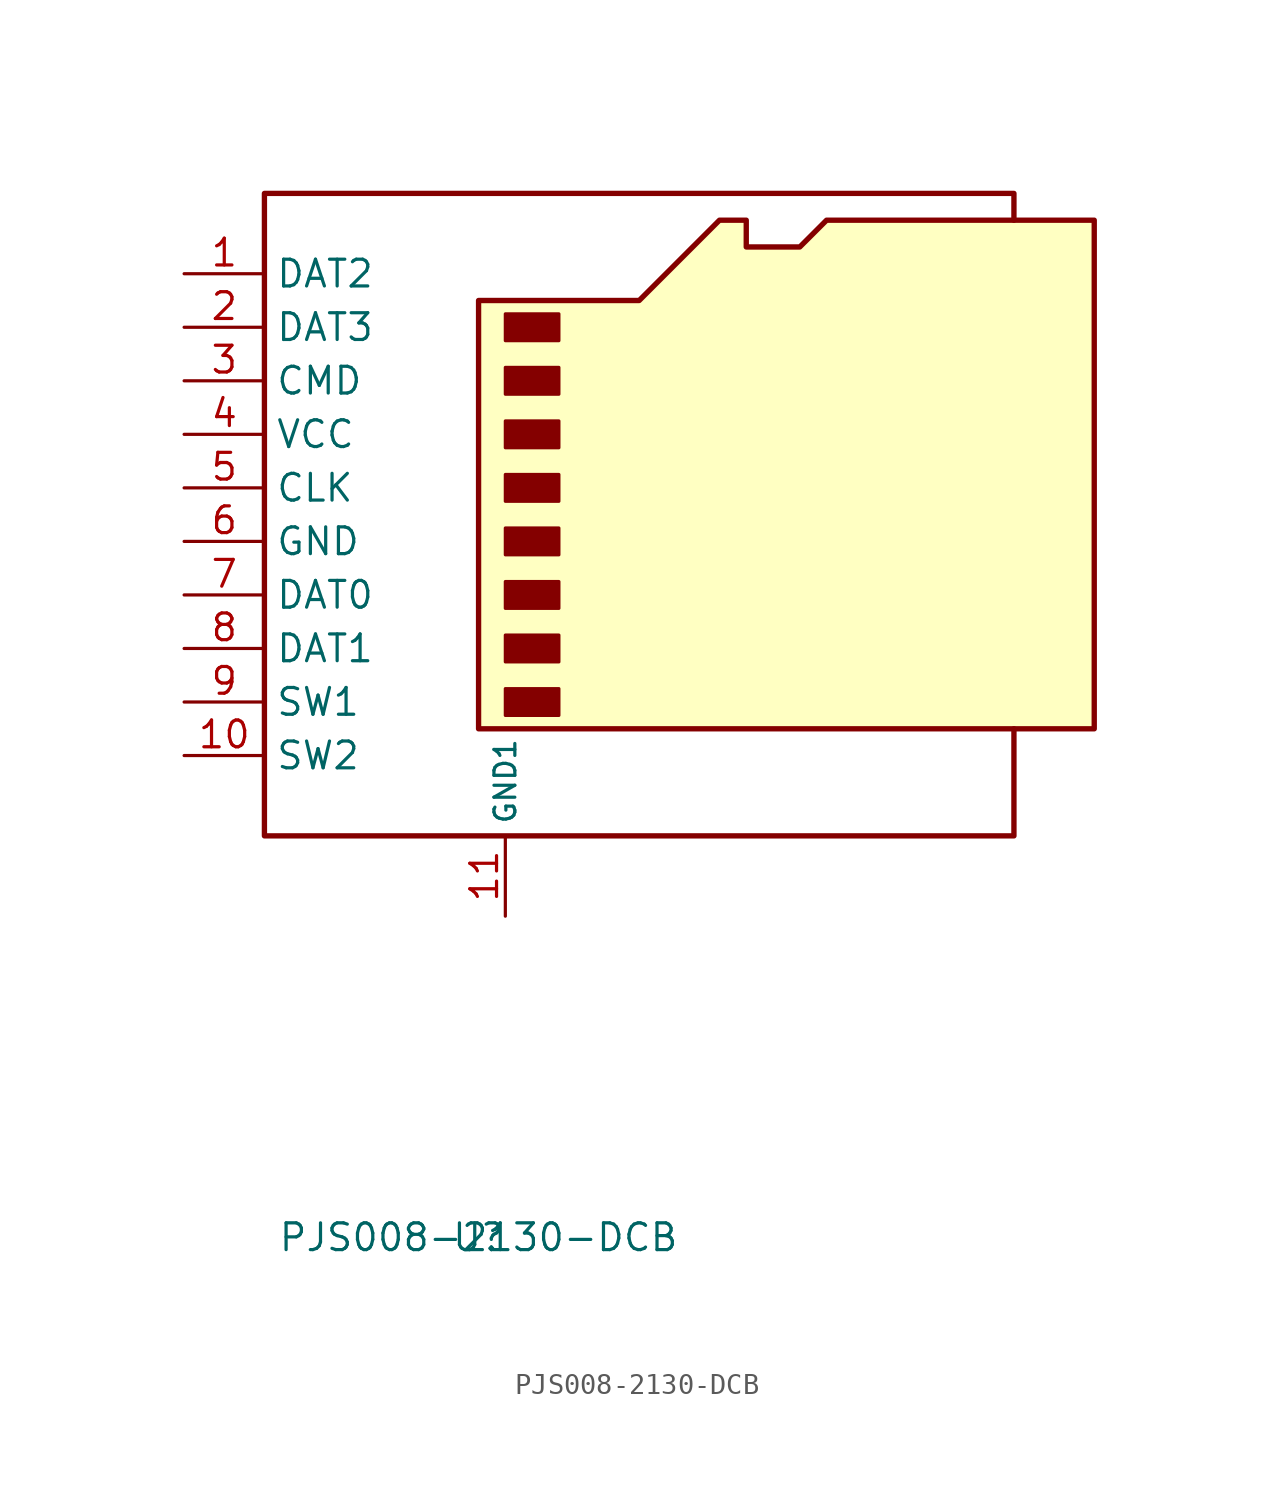
<source format=kicad_sym>
(kicad_symbol_lib
  (version 20211014)
  (generator kicad_symbol_editor)
  (symbol "PJS008-2130-DCB"
    (property "Reference" "U"
      (at -10.16 -35.56 0)
      (effects (font (size 1.27 1.27))))
    (property "Value" "PJS008-2130-DCB"
      (at -10.16 -35.56 0)
      (effects (font (size 1.27 1.27))))
    (symbol "PJS008-2130-DCB_1_1"
      (rectangle (start -8.89 -9.525) (end -6.35 -10.795) (stroke (width 0) (type default) (color 0 0 0 0)) (fill (type outline)))
      (rectangle (start -8.89 -6.985) (end -6.35 -8.255) (stroke (width 0) (type default) (color 0 0 0 0)) (fill (type outline)))
      (rectangle (start -8.89 -4.445) (end -6.35 -5.715) (stroke (width 0) (type default) (color 0 0 0 0)) (fill (type outline)))
      (rectangle (start -8.89 -1.905) (end -6.35 -3.175) (stroke (width 0) (type default) (color 0 0 0 0)) (fill (type outline)))
      (rectangle (start -8.89 0.635) (end -6.35 -0.635) (stroke (width 0) (type default) (color 0 0 0 0)) (fill (type outline)))
      (rectangle (start -8.89 3.175) (end -6.35 1.905) (stroke (width 0) (type default) (color 0 0 0 0)) (fill (type outline)))
      (rectangle (start -8.89 5.715) (end -6.35 4.445) (stroke (width 0) (type default) (color 0 0 0 0)) (fill (type outline)))
      (rectangle (start -8.89 8.255) (end -6.35 6.985) (stroke (width 0) (type default) (color 0 0 0 0)) (fill (type outline)))
      (polyline (pts (xy 15.24 12.7) (xy 15.24 13.97) (xy -20.32 13.97) (xy -20.32 -16.51) (xy 15.24 -16.51) (xy 15.24 -11.43)) (stroke (width 0.254) (type default) (color 0 0 0 0)) (fill (type none)))
      (polyline (pts (xy -10.16 -11.43) (xy -10.16 8.89) (xy -2.54 8.89) (xy 1.27 12.7) (xy 2.54 12.7) (xy 2.54 11.43) (xy 5.08 11.43) (xy 6.35 12.7) (xy 19.05 12.7) (xy 19.05 -11.43) (xy -10.16 -11.43)) (stroke (width 0.254) (type default) (color 0 0 0 0)) (fill (type background)))
      (pin bidirectional line (at -24.13 10.16 0) (length 3.81) (name "DAT2" (effects (font (size 1.27 1.27)))) (number "1" (effects (font (size 1.27 1.27)))))
      (pin input line (at -24.13 -12.7 0) (length 3.81) (name "SW2" (effects (font (size 1.27 1.27)))) (number "10" (effects (font (size 1.27 1.27)))))
      (pin power_in line (at -8.89 -20.32 90) (length 3.81) (name "GND1" (effects (font (size 0.991 0.991)))) (number "11" (effects (font (size 1.27 1.27)))))
      (pin bidirectional line (at -24.13 7.62 0) (length 3.81) (name "DAT3" (effects (font (size 1.27 1.27)))) (number "2" (effects (font (size 1.27 1.27)))))
      (pin input line (at -24.13 5.08 0) (length 3.81) (name "CMD" (effects (font (size 1.27 1.27)))) (number "3" (effects (font (size 1.27 1.27)))))
      (pin power_in line (at -24.13 2.54 0) (length 3.81) (name "VCC" (effects (font (size 1.27 1.27)))) (number "4" (effects (font (size 1.27 1.27)))))
      (pin input line (at -24.13 0 0) (length 3.81) (name "CLK" (effects (font (size 1.27 1.27)))) (number "5" (effects (font (size 1.27 1.27)))))
      (pin power_in line (at -24.13 -2.54 0) (length 3.81) (name "GND" (effects (font (size 1.27 1.27)))) (number "6" (effects (font (size 1.27 1.27)))))
      (pin input line (at -24.13 -5.08 0) (length 3.81) (name "DAT0" (effects (font (size 1.27 1.27)))) (number "7" (effects (font (size 1.27 1.27)))))
      (pin input line (at -24.13 -7.62 0) (length 3.81) (name "DAT1" (effects (font (size 1.27 1.27)))) (number "8" (effects (font (size 1.27 1.27)))))
      (pin input line (at -24.13 -10.16 0) (length 3.81) (name "SW1" (effects (font (size 1.27 1.27)))) (number "9" (effects (font (size 1.27 1.27))))))))
</source>
